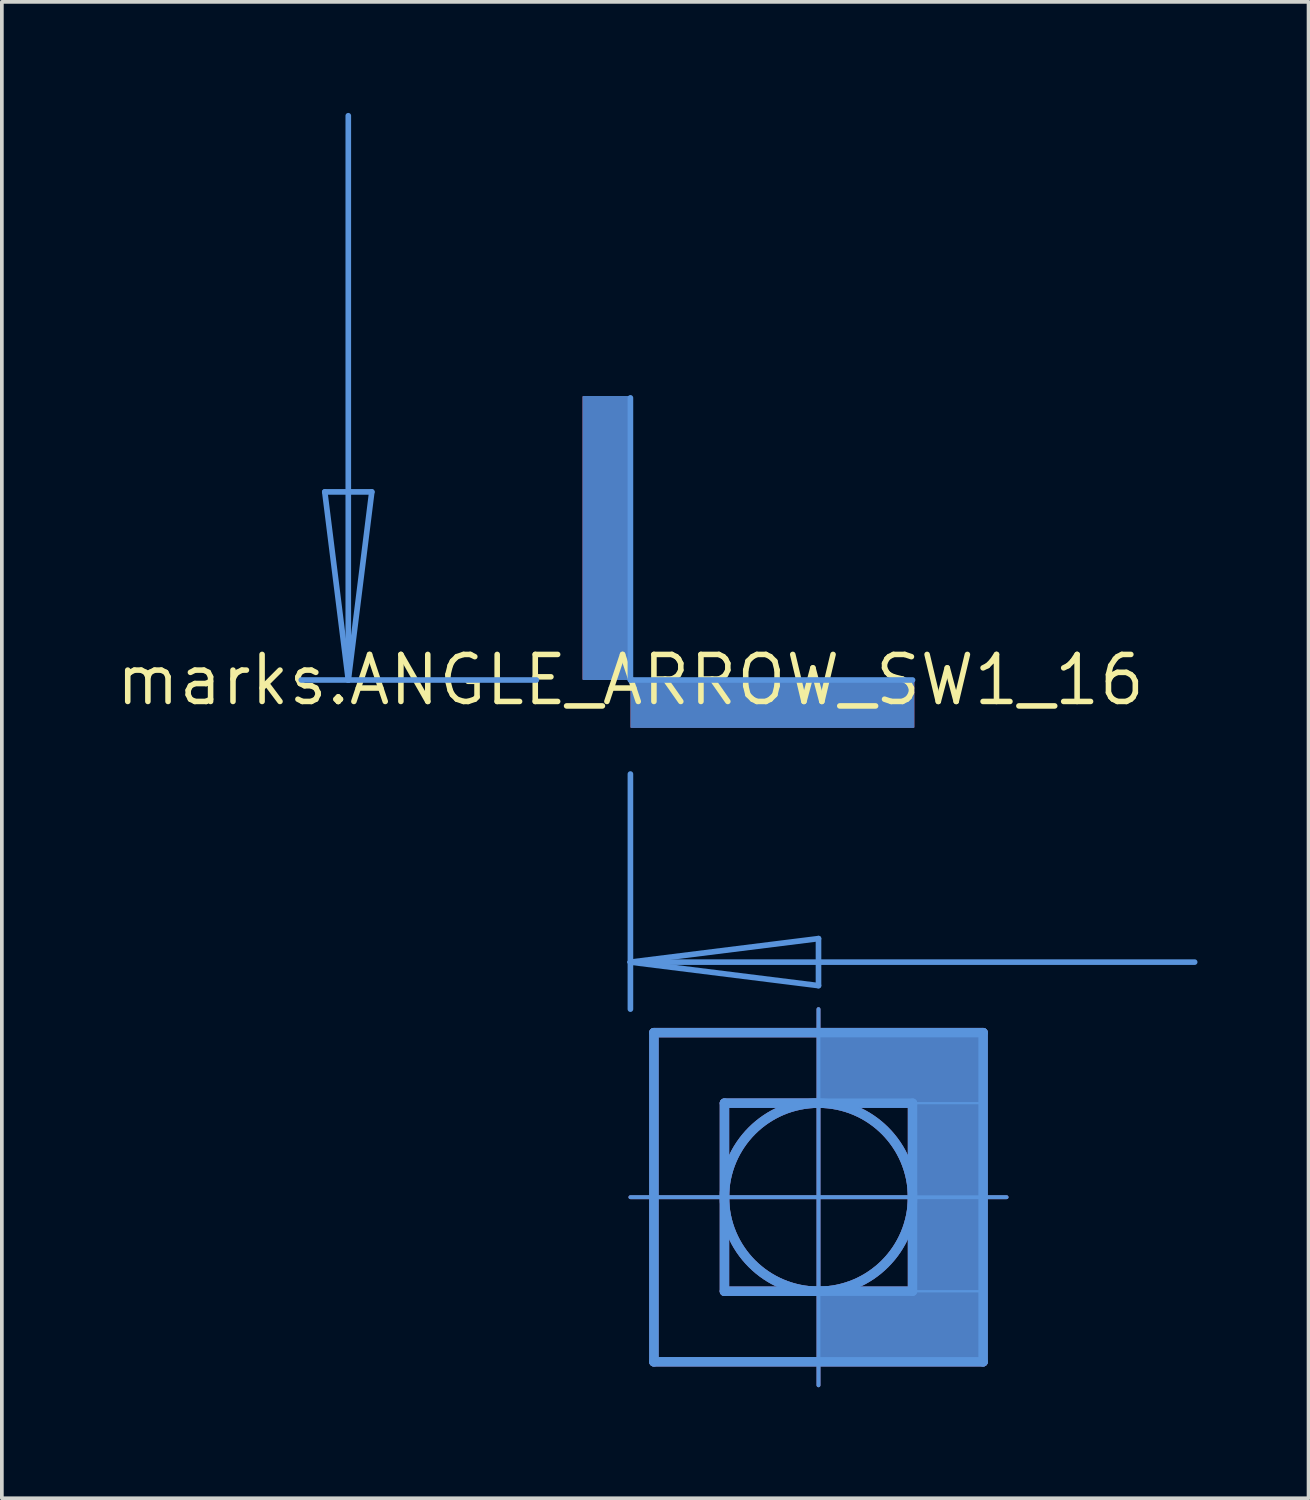
<source format=kicad_pcb>
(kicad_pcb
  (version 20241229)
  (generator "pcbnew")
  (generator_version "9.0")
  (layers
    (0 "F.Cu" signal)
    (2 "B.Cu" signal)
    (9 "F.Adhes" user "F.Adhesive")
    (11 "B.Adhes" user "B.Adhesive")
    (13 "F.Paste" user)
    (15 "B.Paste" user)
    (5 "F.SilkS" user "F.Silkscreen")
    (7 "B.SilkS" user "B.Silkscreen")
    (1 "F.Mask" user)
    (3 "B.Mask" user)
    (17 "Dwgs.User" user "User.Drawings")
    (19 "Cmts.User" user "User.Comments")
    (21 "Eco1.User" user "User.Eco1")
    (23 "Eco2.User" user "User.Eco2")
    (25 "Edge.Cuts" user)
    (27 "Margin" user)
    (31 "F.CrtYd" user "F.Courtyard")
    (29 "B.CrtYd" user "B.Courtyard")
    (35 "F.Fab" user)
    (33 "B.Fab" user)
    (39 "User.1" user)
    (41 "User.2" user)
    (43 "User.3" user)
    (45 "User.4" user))
  (footprint "marks.ANGLE_ARROW_SW1_16"
    (layer "F.Cu")
    (at 13.977 15.316)
    (property "Reference" "marks.ANGLE_ARROW_SW1_16" (at 0 0 0) (layer "F.SilkS") (effects (font (size 1.27 1.27) (thickness 0.15))))
    (fp_line (start 0 13.97) (end 0.635 13.97) (stroke (width 0.102) (type default)) (layer "F.Cu"))
    (fp_line (start 0.635 9.525) (end 9.525 9.525) (stroke (width 0.254) (type default)) (layer "F.Cu"))
    (fp_line (start 0.635 13.97) (end 0.635 9.525) (stroke (width 0.254) (type default)) (layer "F.Cu"))
    (fp_line (start 0.635 13.97) (end 10.16 13.97) (stroke (width 0.102) (type default)) (layer "F.Cu"))
    (fp_line (start 0.635 18.415) (end 0.635 13.97) (stroke (width 0.254) (type default)) (layer "F.Cu"))
    (fp_line (start 2.54 11.43) (end 2.54 16.51) (stroke (width 0.254) (type default)) (layer "F.Cu"))
    (fp_line (start 2.54 16.51) (end 7.62 16.51) (stroke (width 0.254) (type default)) (layer "F.Cu"))
    (fp_line (start 5.08 19.05) (end 5.08 8.89) (stroke (width 0.102) (type default)) (layer "F.Cu"))
    (fp_line (start 7.62 11.43) (end 2.54 11.43) (stroke (width 0.254) (type default)) (layer "F.Cu"))
    (fp_line (start 7.62 16.51) (end 7.62 11.43) (stroke (width 0.254) (type default)) (layer "F.Cu"))
    (fp_line (start 9.525 9.525) (end 9.525 18.415) (stroke (width 0.254) (type default)) (layer "F.Cu"))
    (fp_line (start 9.525 18.415) (end 0.635 18.415) (stroke (width 0.254) (type default)) (layer "F.Cu"))
    (fp_rect (start -1.27 -0.025) (end 0 -7.645) (stroke (width 0.05) (type default)) (fill yes) (layer "F.Cu"))
    (fp_rect (start 0.025 1.27) (end 7.645 0) (stroke (width 0.05) (type default)) (fill yes) (layer "F.Cu"))
    (fp_rect (start 5.08 11.43) (end 9.525 9.525) (stroke (width 0.05) (type default)) (fill yes) (layer "F.Cu"))
    (fp_rect (start 5.08 18.415) (end 9.525 16.51) (stroke (width 0.05) (type default)) (fill yes) (layer "F.Cu"))
    (fp_rect (start 7.62 16.51) (end 9.525 11.43) (stroke (width 0.05) (type default)) (fill yes) (layer "F.Cu"))
    (fp_circle (center 5.08 13.97) (end 7.62 13.97) (stroke (width 0.254) (type default)) (fill no) (layer "F.Cu"))
    (fp_line (start 0 -7.62) (end 0 0) (stroke (width 0.127) (type default)) (layer "F.Mask"))
    (fp_line (start 7.62 0) (end 0 0) (stroke (width 0.127) (type default)) (layer "F.Mask"))
    (fp_rect (start 0 19.05) (end 10.16 8.89) (stroke (width 0.05) (type default)) (fill yes) (layer "F.Mask"))
    (fp_line (start 0 13.97) (end 0.635 13.97) (stroke (width 0.102) (type default)) (layer "B.Cu"))
    (fp_line (start 0.635 9.525) (end 9.525 9.525) (stroke (width 0.254) (type default)) (layer "B.Cu"))
    (fp_line (start 0.635 13.97) (end 0.635 9.525) (stroke (width 0.254) (type default)) (layer "B.Cu"))
    (fp_line (start 0.635 13.97) (end 10.16 13.97) (stroke (width 0.102) (type default)) (layer "B.Cu"))
    (fp_line (start 0.635 18.415) (end 0.635 13.97) (stroke (width 0.254) (type default)) (layer "B.Cu"))
    (fp_line (start 2.54 11.43) (end 2.54 16.51) (stroke (width 0.254) (type default)) (layer "B.Cu"))
    (fp_line (start 2.54 16.51) (end 7.62 16.51) (stroke (width 0.254) (type default)) (layer "B.Cu"))
    (fp_line (start 5.08 19.05) (end 5.08 8.89) (stroke (width 0.102) (type default)) (layer "B.Cu"))
    (fp_line (start 7.62 11.43) (end 2.54 11.43) (stroke (width 0.254) (type default)) (layer "B.Cu"))
    (fp_line (start 7.62 16.51) (end 7.62 11.43) (stroke (width 0.254) (type default)) (layer "B.Cu"))
    (fp_line (start 9.525 9.525) (end 9.525 18.415) (stroke (width 0.254) (type default)) (layer "B.Cu"))
    (fp_line (start 9.525 18.415) (end 0.635 18.415) (stroke (width 0.254) (type default)) (layer "B.Cu"))
    (fp_rect (start -1.27 -0.025) (end 0 -7.645) (stroke (width 0.05) (type default)) (fill yes) (layer "B.Cu"))
    (fp_rect (start 0.025 1.27) (end 7.645 0) (stroke (width 0.05) (type default)) (fill yes) (layer "B.Cu"))
    (fp_rect (start 5.08 11.43) (end 9.525 9.525) (stroke (width 0.05) (type default)) (fill yes) (layer "B.Cu"))
    (fp_rect (start 5.08 18.415) (end 9.525 16.51) (stroke (width 0.05) (type default)) (fill yes) (layer "B.Cu"))
    (fp_rect (start 7.62 16.51) (end 9.525 11.43) (stroke (width 0.05) (type default)) (fill yes) (layer "B.Cu"))
    (fp_circle (center 5.08 13.97) (end 7.62 13.97) (stroke (width 0.254) (type default)) (fill no) (layer "B.Cu"))
    (fp_line (start 0 0) (end 0 -7.62) (stroke (width 0.127) (type default)) (layer "B.Mask"))
    (fp_line (start 7.62 0) (end 0 0) (stroke (width 0.127) (type default)) (layer "B.Mask"))
    (fp_rect (start 0 19.05) (end 10.16 8.89) (stroke (width 0.05) (type default)) (fill yes) (layer "B.Mask"))
    (fp_line (start -8.89 0) (end -7.62 0) (stroke (width 0.152) (type default)) (layer "Cmts.User"))
    (fp_line (start -8.255 -5.08) (end -6.985 -5.08) (stroke (width 0.152) (type default)) (layer "Cmts.User"))
    (fp_line (start -7.62 0) (end -8.255 -5.08) (stroke (width 0.152) (type default)) (layer "Cmts.User"))
    (fp_line (start -7.62 0) (end -7.62 -15.24) (stroke (width 0.152) (type default)) (layer "Cmts.User"))
    (fp_line (start -7.62 0) (end -2.54 0) (stroke (width 0.152) (type default)) (layer "Cmts.User"))
    (fp_line (start -6.985 -5.08) (end -7.62 0) (stroke (width 0.152) (type default)) (layer "Cmts.User"))
    (fp_line (start 0 0) (end 0 -7.62) (stroke (width 0.152) (type default)) (layer "Cmts.User"))
    (fp_line (start 0 7.62) (end 0 2.54) (stroke (width 0.152) (type default)) (layer "Cmts.User"))
    (fp_line (start 0 7.62) (end 5.08 6.985) (stroke (width 0.152) (type default)) (layer "Cmts.User"))
    (fp_line (start 0 7.62) (end 15.24 7.62) (stroke (width 0.152) (type default)) (layer "Cmts.User"))
    (fp_line (start 0 8.89) (end 0 7.62) (stroke (width 0.152) (type default)) (layer "Cmts.User"))
    (fp_line (start 0 13.97) (end 0.635 13.97) (stroke (width 0.102) (type default)) (layer "Cmts.User"))
    (fp_line (start 0.635 9.525) (end 9.525 9.525) (stroke (width 0.254) (type default)) (layer "Cmts.User"))
    (fp_line (start 0.635 13.97) (end 0.635 9.525) (stroke (width 0.254) (type default)) (layer "Cmts.User"))
    (fp_line (start 0.635 13.97) (end 10.16 13.97) (stroke (width 0.102) (type default)) (layer "Cmts.User"))
    (fp_line (start 0.635 18.415) (end 0.635 13.97) (stroke (width 0.254) (type default)) (layer "Cmts.User"))
    (fp_line (start 2.54 11.43) (end 2.54 16.51) (stroke (width 0.254) (type default)) (layer "Cmts.User"))
    (fp_line (start 2.54 16.51) (end 7.62 16.51) (stroke (width 0.254) (type default)) (layer "Cmts.User"))
    (fp_line (start 5.08 6.985) (end 5.08 8.255) (stroke (width 0.152) (type default)) (layer "Cmts.User"))
    (fp_line (start 5.08 8.255) (end 0 7.62) (stroke (width 0.152) (type default)) (layer "Cmts.User"))
    (fp_line (start 5.08 19.05) (end 5.08 8.89) (stroke (width 0.102) (type default)) (layer "Cmts.User"))
    (fp_line (start 7.62 0) (end 0 0) (stroke (width 0.152) (type default)) (layer "Cmts.User"))
    (fp_line (start 7.62 11.43) (end 2.54 11.43) (stroke (width 0.254) (type default)) (layer "Cmts.User"))
    (fp_line (start 7.62 16.51) (end 7.62 11.43) (stroke (width 0.254) (type default)) (layer "Cmts.User"))
    (fp_line (start 9.525 9.525) (end 9.525 18.415) (stroke (width 0.254) (type default)) (layer "Cmts.User"))
    (fp_line (start 9.525 18.415) (end 0.635 18.415) (stroke (width 0.254) (type default)) (layer "Cmts.User"))
    (fp_rect (start 5.08 11.43) (end 9.525 9.525) (stroke (width 0.05) (type default)) (fill no) (layer "Cmts.User"))
    (fp_rect (start 5.08 18.415) (end 9.525 16.51) (stroke (width 0.05) (type default)) (fill no) (layer "Cmts.User"))
    (fp_rect (start 7.62 16.51) (end 9.525 11.43) (stroke (width 0.05) (type default)) (fill no) (layer "Cmts.User"))
    (fp_circle (center 5.08 13.97) (end 7.62 13.97) (stroke (width 0.254) (type default)) (fill no) (layer "Cmts.User")))
  (gr_rect
    (start -3 -3)
    (end 32.293 37.417)
    (stroke (width 0.1) (type default))
    (fill no)
    (layer "Edge.Cuts")))
</source>
